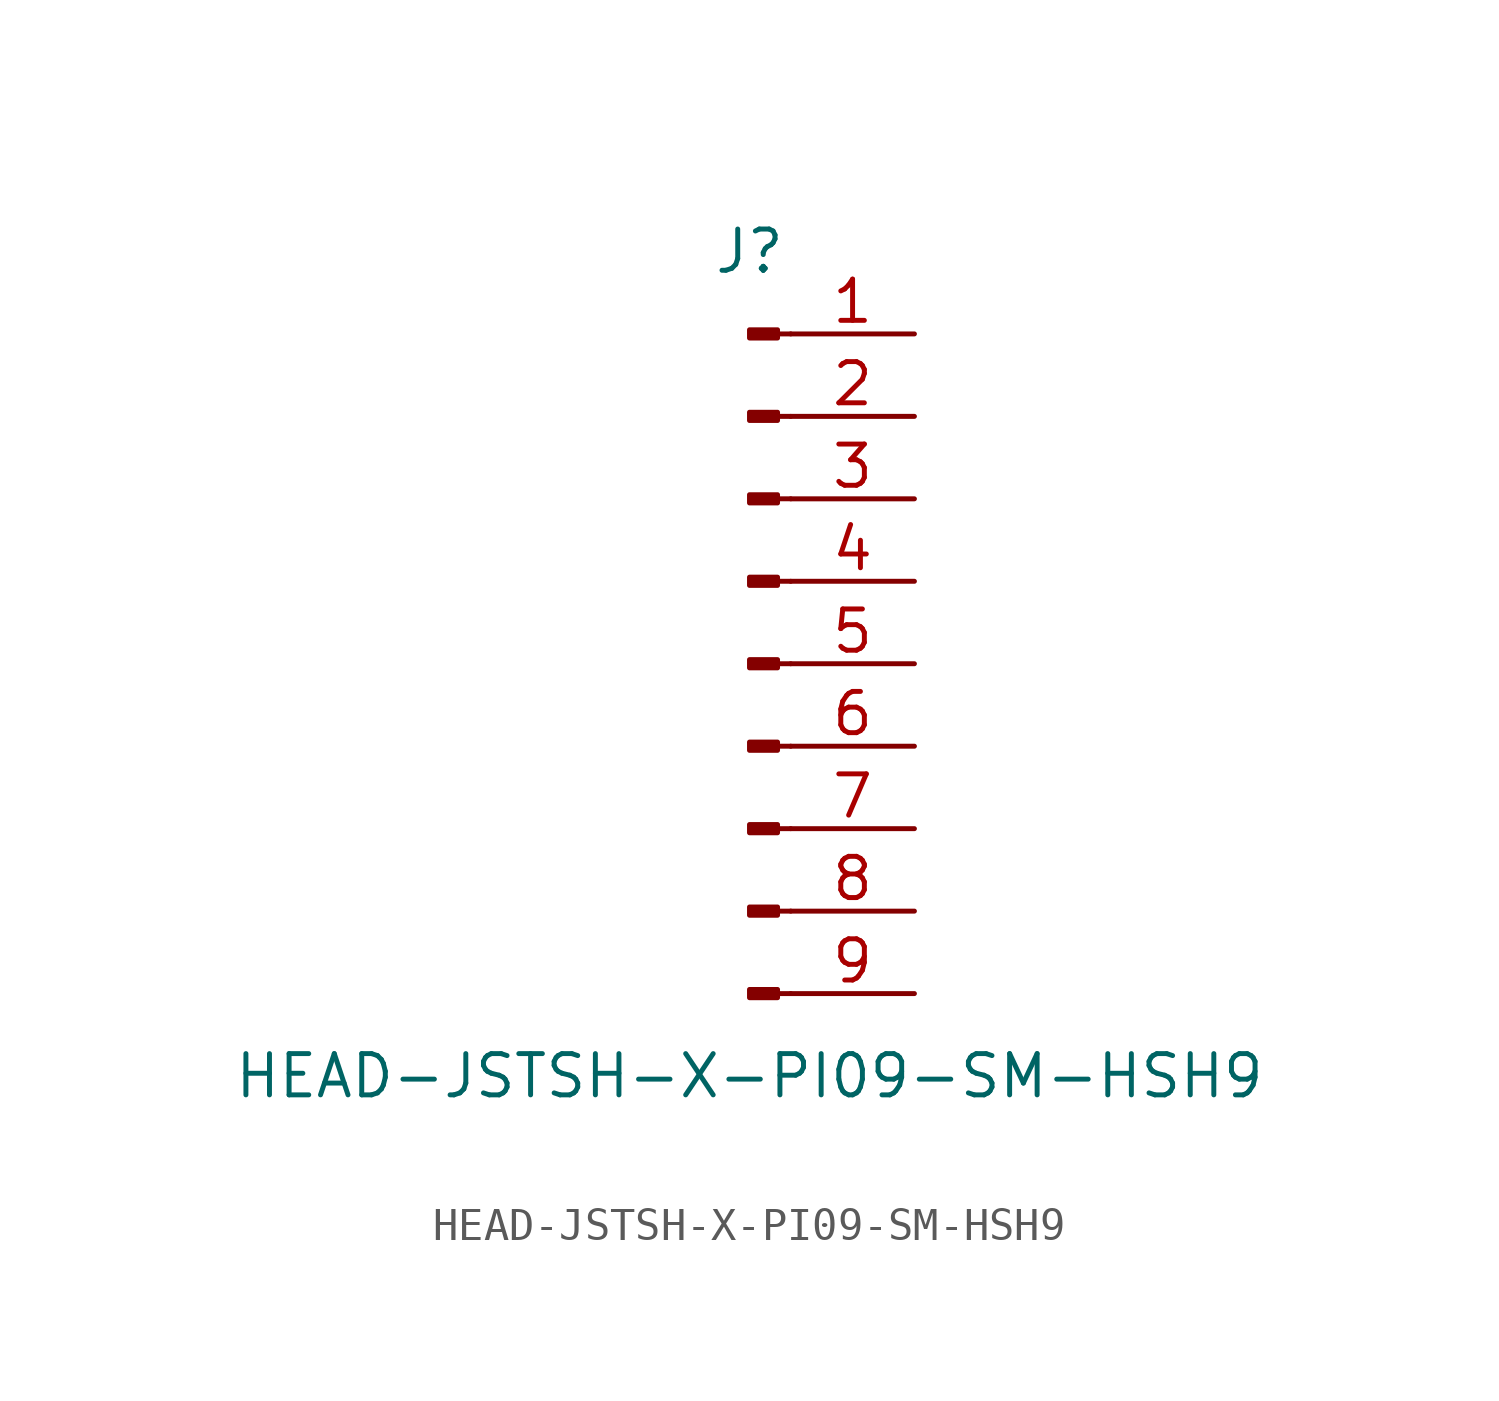
<source format=kicad_sym>
(kicad_symbol_lib
  (version 20211014)
  (generator kicad_symbol_editor)
  (symbol "HEAD-JSTSH-X-PI09-SM-HSH9"
    (pin_names
      (offset 1.016) hide)
    (property "Reference" "J"
      (at 0 12.7 0)
      (effects (font (size 1.27 1.27))))
    (property "Value" "HEAD-JSTSH-X-PI09-SM-HSH9"
      (at 0 -12.7 0)
      (effects (font (size 1.27 1.27))))
    (symbol "HEAD-JSTSH-X-PI09-SM-HSH9_1_1"
      (polyline (pts (xy 1.27 -10.16) (xy 0.864 -10.16)) (stroke (width 0.152) (type default) (color 0 0 0 0)) (fill (type none)))
      (polyline (pts (xy 1.27 -7.62) (xy 0.864 -7.62)) (stroke (width 0.152) (type default) (color 0 0 0 0)) (fill (type none)))
      (polyline (pts (xy 1.27 -5.08) (xy 0.864 -5.08)) (stroke (width 0.152) (type default) (color 0 0 0 0)) (fill (type none)))
      (polyline (pts (xy 1.27 -2.54) (xy 0.864 -2.54)) (stroke (width 0.152) (type default) (color 0 0 0 0)) (fill (type none)))
      (polyline (pts (xy 1.27 0) (xy 0.864 0)) (stroke (width 0.152) (type default) (color 0 0 0 0)) (fill (type none)))
      (polyline (pts (xy 1.27 2.54) (xy 0.864 2.54)) (stroke (width 0.152) (type default) (color 0 0 0 0)) (fill (type none)))
      (polyline (pts (xy 1.27 5.08) (xy 0.864 5.08)) (stroke (width 0.152) (type default) (color 0 0 0 0)) (fill (type none)))
      (polyline (pts (xy 1.27 7.62) (xy 0.864 7.62)) (stroke (width 0.152) (type default) (color 0 0 0 0)) (fill (type none)))
      (polyline (pts (xy 1.27 10.16) (xy 0.864 10.16)) (stroke (width 0.152) (type default) (color 0 0 0 0)) (fill (type none)))
      (rectangle (start 0.864 -10.033) (end 0 -10.287) (stroke (width 0.152) (type default) (color 0 0 0 0)) (fill (type outline)))
      (rectangle (start 0.864 -7.493) (end 0 -7.747) (stroke (width 0.152) (type default) (color 0 0 0 0)) (fill (type outline)))
      (rectangle (start 0.864 -4.953) (end 0 -5.207) (stroke (width 0.152) (type default) (color 0 0 0 0)) (fill (type outline)))
      (rectangle (start 0.864 -2.413) (end 0 -2.667) (stroke (width 0.152) (type default) (color 0 0 0 0)) (fill (type outline)))
      (rectangle (start 0.864 0.127) (end 0 -0.127) (stroke (width 0.152) (type default) (color 0 0 0 0)) (fill (type outline)))
      (rectangle (start 0.864 2.667) (end 0 2.413) (stroke (width 0.152) (type default) (color 0 0 0 0)) (fill (type outline)))
      (rectangle (start 0.864 5.207) (end 0 4.953) (stroke (width 0.152) (type default) (color 0 0 0 0)) (fill (type outline)))
      (rectangle (start 0.864 7.747) (end 0 7.493) (stroke (width 0.152) (type default) (color 0 0 0 0)) (fill (type outline)))
      (rectangle (start 0.864 10.287) (end 0 10.033) (stroke (width 0.152) (type default) (color 0 0 0 0)) (fill (type outline)))
      (pin passive line (at 5.08 10.16 180) (length 3.81) (name "Pin_1" (effects (font (size 1.27 1.27)))) (number "1" (effects (font (size 1.27 1.27)))))
      (pin passive line (at 5.08 7.62 180) (length 3.81) (name "Pin_2" (effects (font (size 1.27 1.27)))) (number "2" (effects (font (size 1.27 1.27)))))
      (pin passive line (at 5.08 5.08 180) (length 3.81) (name "Pin_3" (effects (font (size 1.27 1.27)))) (number "3" (effects (font (size 1.27 1.27)))))
      (pin passive line (at 5.08 2.54 180) (length 3.81) (name "Pin_4" (effects (font (size 1.27 1.27)))) (number "4" (effects (font (size 1.27 1.27)))))
      (pin passive line (at 5.08 0 180) (length 3.81) (name "Pin_5" (effects (font (size 1.27 1.27)))) (number "5" (effects (font (size 1.27 1.27)))))
      (pin passive line (at 5.08 -2.54 180) (length 3.81) (name "Pin_6" (effects (font (size 1.27 1.27)))) (number "6" (effects (font (size 1.27 1.27)))))
      (pin passive line (at 5.08 -5.08 180) (length 3.81) (name "Pin_7" (effects (font (size 1.27 1.27)))) (number "7" (effects (font (size 1.27 1.27)))))
      (pin passive line (at 5.08 -7.62 180) (length 3.81) (name "Pin_8" (effects (font (size 1.27 1.27)))) (number "8" (effects (font (size 1.27 1.27)))))
      (pin passive line (at 5.08 -10.16 180) (length 3.81) (name "Pin_9" (effects (font (size 1.27 1.27)))) (number "9" (effects (font (size 1.27 1.27))))))))
</source>
